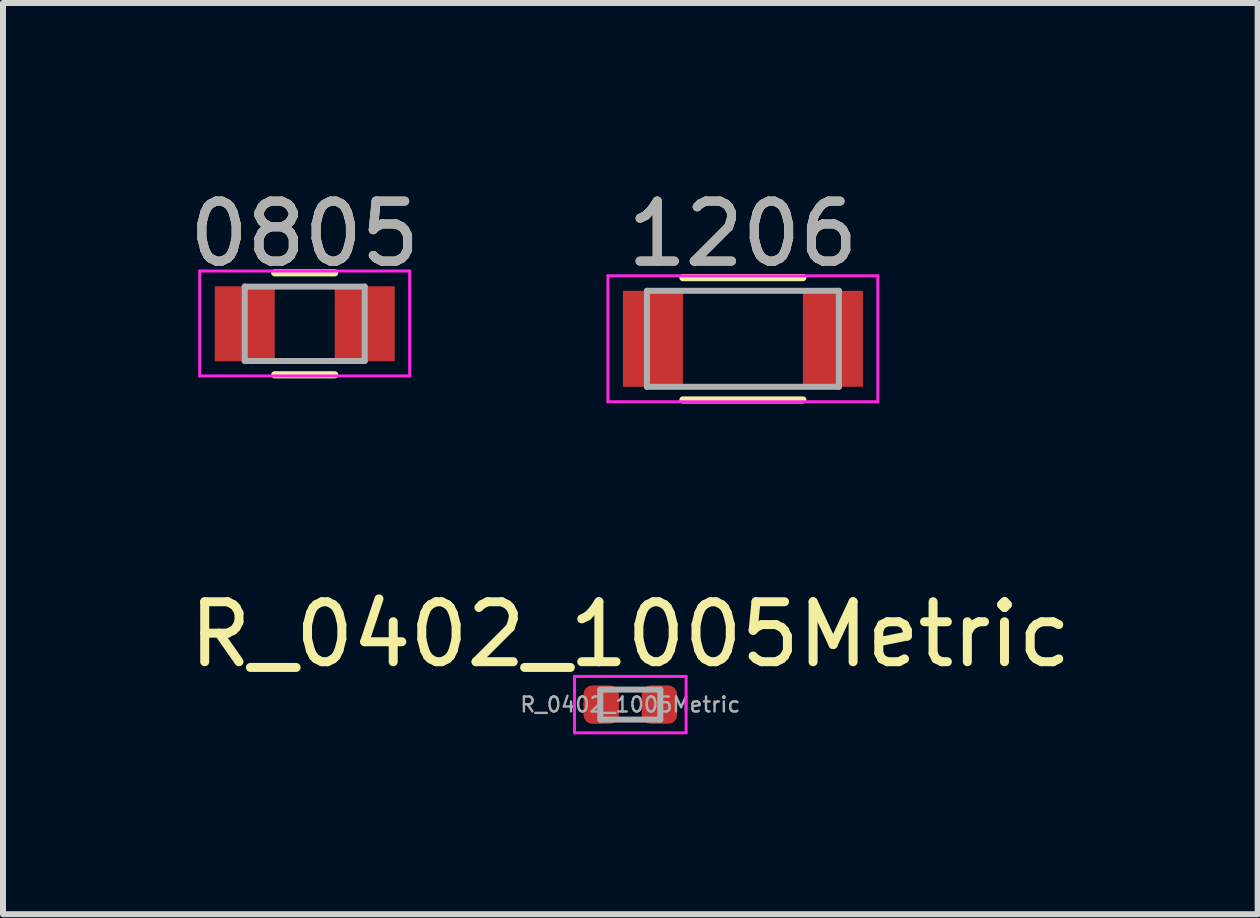
<source format=kicad_pcb>
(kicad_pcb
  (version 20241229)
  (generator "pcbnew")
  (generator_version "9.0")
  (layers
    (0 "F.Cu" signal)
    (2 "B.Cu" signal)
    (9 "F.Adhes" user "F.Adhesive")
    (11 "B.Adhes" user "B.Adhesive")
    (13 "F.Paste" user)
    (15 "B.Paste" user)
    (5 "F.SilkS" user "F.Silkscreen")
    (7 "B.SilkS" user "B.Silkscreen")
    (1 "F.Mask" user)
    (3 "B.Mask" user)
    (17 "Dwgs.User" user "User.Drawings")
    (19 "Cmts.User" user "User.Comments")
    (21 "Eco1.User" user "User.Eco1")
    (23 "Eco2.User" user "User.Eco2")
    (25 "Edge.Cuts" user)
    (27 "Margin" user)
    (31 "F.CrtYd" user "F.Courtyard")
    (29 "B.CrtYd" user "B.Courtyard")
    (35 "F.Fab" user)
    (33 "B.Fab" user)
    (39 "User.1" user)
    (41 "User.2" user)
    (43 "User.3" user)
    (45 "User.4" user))
  (footprint "1206"
    (layer "F.Cu")
    (at 9.335 2.598)
    (property "Reference" "1206" (at 0 -1.75 0) (layer "F.SilkS") (effects (font (size 1 1) (thickness 0.15))))
    (attr smd)
    (fp_line (start -1 1.02) (end 1 1.02) (stroke (width 0.12) (type solid)) (layer "F.SilkS"))
    (fp_line (start 1 -1.02) (end -1 -1.02) (stroke (width 0.12) (type solid)) (layer "F.SilkS"))
    (fp_line (start -2.25 -1.05) (end -2.25 1.05) (stroke (width 0.05) (type solid)) (layer "F.CrtYd"))
    (fp_line (start -2.25 -1.05) (end 2.25 -1.05) (stroke (width 0.05) (type solid)) (layer "F.CrtYd"))
    (fp_line (start 2.25 1.05) (end -2.25 1.05) (stroke (width 0.05) (type solid)) (layer "F.CrtYd"))
    (fp_line (start 2.25 1.05) (end 2.25 -1.05) (stroke (width 0.05) (type solid)) (layer "F.CrtYd"))
    (fp_line (start -1.6 -0.8) (end 1.6 -0.8) (stroke (width 0.1) (type solid)) (layer "F.Fab"))
    (fp_line (start -1.6 0.8) (end -1.6 -0.8) (stroke (width 0.1) (type solid)) (layer "F.Fab"))
    (fp_line (start 1.6 -0.8) (end 1.6 0.8) (stroke (width 0.1) (type solid)) (layer "F.Fab"))
    (fp_line (start 1.6 0.8) (end -1.6 0.8) (stroke (width 0.1) (type solid)) (layer "F.Fab"))
    (fp_text user "${REFERENCE}" (at 0 -1.75 0) (layer "F.Fab") (effects (font (size 1 1) (thickness 0.15))))
    (pad "1" smd rect (at -1.5 0) (size 1 1.6) (layers "F.Cu" "F.Mask" "F.Paste"))
    (pad "2" smd rect (at 1.5 0) (size 1 1.6) (layers "F.Cu" "F.Mask" "F.Paste")))
  (footprint "R_0402_1005Metric"
    (layer "F.Cu")
    (at 7.458 8.697)
    (property "Reference" "R_0402_1005Metric" (at 0 -1.17 0) (layer "F.SilkS") (effects (font (size 1 1) (thickness 0.15))))
    (attr smd)
    (fp_line (start -0.93 -0.47) (end 0.93 -0.47) (stroke (width 0.05) (type solid)) (layer "F.CrtYd"))
    (fp_line (start -0.93 0.47) (end -0.93 -0.47) (stroke (width 0.05) (type solid)) (layer "F.CrtYd"))
    (fp_line (start 0.93 -0.47) (end 0.93 0.47) (stroke (width 0.05) (type solid)) (layer "F.CrtYd"))
    (fp_line (start 0.93 0.47) (end -0.93 0.47) (stroke (width 0.05) (type solid)) (layer "F.CrtYd"))
    (fp_line (start -0.5 -0.25) (end 0.5 -0.25) (stroke (width 0.1) (type solid)) (layer "F.Fab"))
    (fp_line (start -0.5 0.25) (end -0.5 -0.25) (stroke (width 0.1) (type solid)) (layer "F.Fab"))
    (fp_line (start 0.5 -0.25) (end 0.5 0.25) (stroke (width 0.1) (type solid)) (layer "F.Fab"))
    (fp_line (start 0.5 0.25) (end -0.5 0.25) (stroke (width 0.1) (type solid)) (layer "F.Fab"))
    (fp_text user "${REFERENCE}" (at 0 0 0) (layer "F.Fab") (effects (font (size 0.25 0.25) (thickness 0.04))))
    (pad "1" smd roundrect (at -0.485 0) (size 0.59 0.64) (layers "F.Cu" "F.Mask" "F.Paste") (roundrect_rratio 0.25))
    (pad "2" smd roundrect (at 0.485 0) (size 0.59 0.64) (layers "F.Cu" "F.Mask" "F.Paste") (roundrect_rratio 0.25)))
  (footprint "0805"
    (layer "F.Cu")
    (at 2.03 2.348)
    (property "Reference" "0805" (at 0 -1.5 0) (layer "F.SilkS") (effects (font (size 1 1) (thickness 0.15))))
    (attr smd)
    (fp_line (start -0.5 0.85) (end 0.5 0.85) (stroke (width 0.12) (type solid)) (layer "F.SilkS"))
    (fp_line (start 0.5 -0.85) (end -0.5 -0.85) (stroke (width 0.12) (type solid)) (layer "F.SilkS"))
    (fp_line (start -1.75 -0.88) (end -1.75 0.87) (stroke (width 0.05) (type solid)) (layer "F.CrtYd"))
    (fp_line (start -1.75 -0.88) (end 1.75 -0.88) (stroke (width 0.05) (type solid)) (layer "F.CrtYd"))
    (fp_line (start 1.75 0.87) (end -1.75 0.87) (stroke (width 0.05) (type solid)) (layer "F.CrtYd"))
    (fp_line (start 1.75 0.87) (end 1.75 -0.88) (stroke (width 0.05) (type solid)) (layer "F.CrtYd"))
    (fp_line (start -1 -0.62) (end 1 -0.62) (stroke (width 0.1) (type solid)) (layer "F.Fab"))
    (fp_line (start -1 0.62) (end -1 -0.62) (stroke (width 0.1) (type solid)) (layer "F.Fab"))
    (fp_line (start 1 -0.62) (end 1 0.62) (stroke (width 0.1) (type solid)) (layer "F.Fab"))
    (fp_line (start 1 0.62) (end -1 0.62) (stroke (width 0.1) (type solid)) (layer "F.Fab"))
    (fp_text user "${REFERENCE}" (at 0 -1.5 0) (layer "F.Fab") (effects (font (size 1 1) (thickness 0.15))))
    (pad "1" smd rect (at -1 0) (size 1 1.25) (layers "F.Cu" "F.Mask" "F.Paste"))
    (pad "2" smd rect (at 1 0) (size 1 1.25) (layers "F.Cu" "F.Mask" "F.Paste")))
  (gr_rect
    (start -3 -3)
    (end 17.917 12.191)
    (stroke (width 0.1) (type default))
    (fill no)
    (layer "Edge.Cuts")))
</source>
